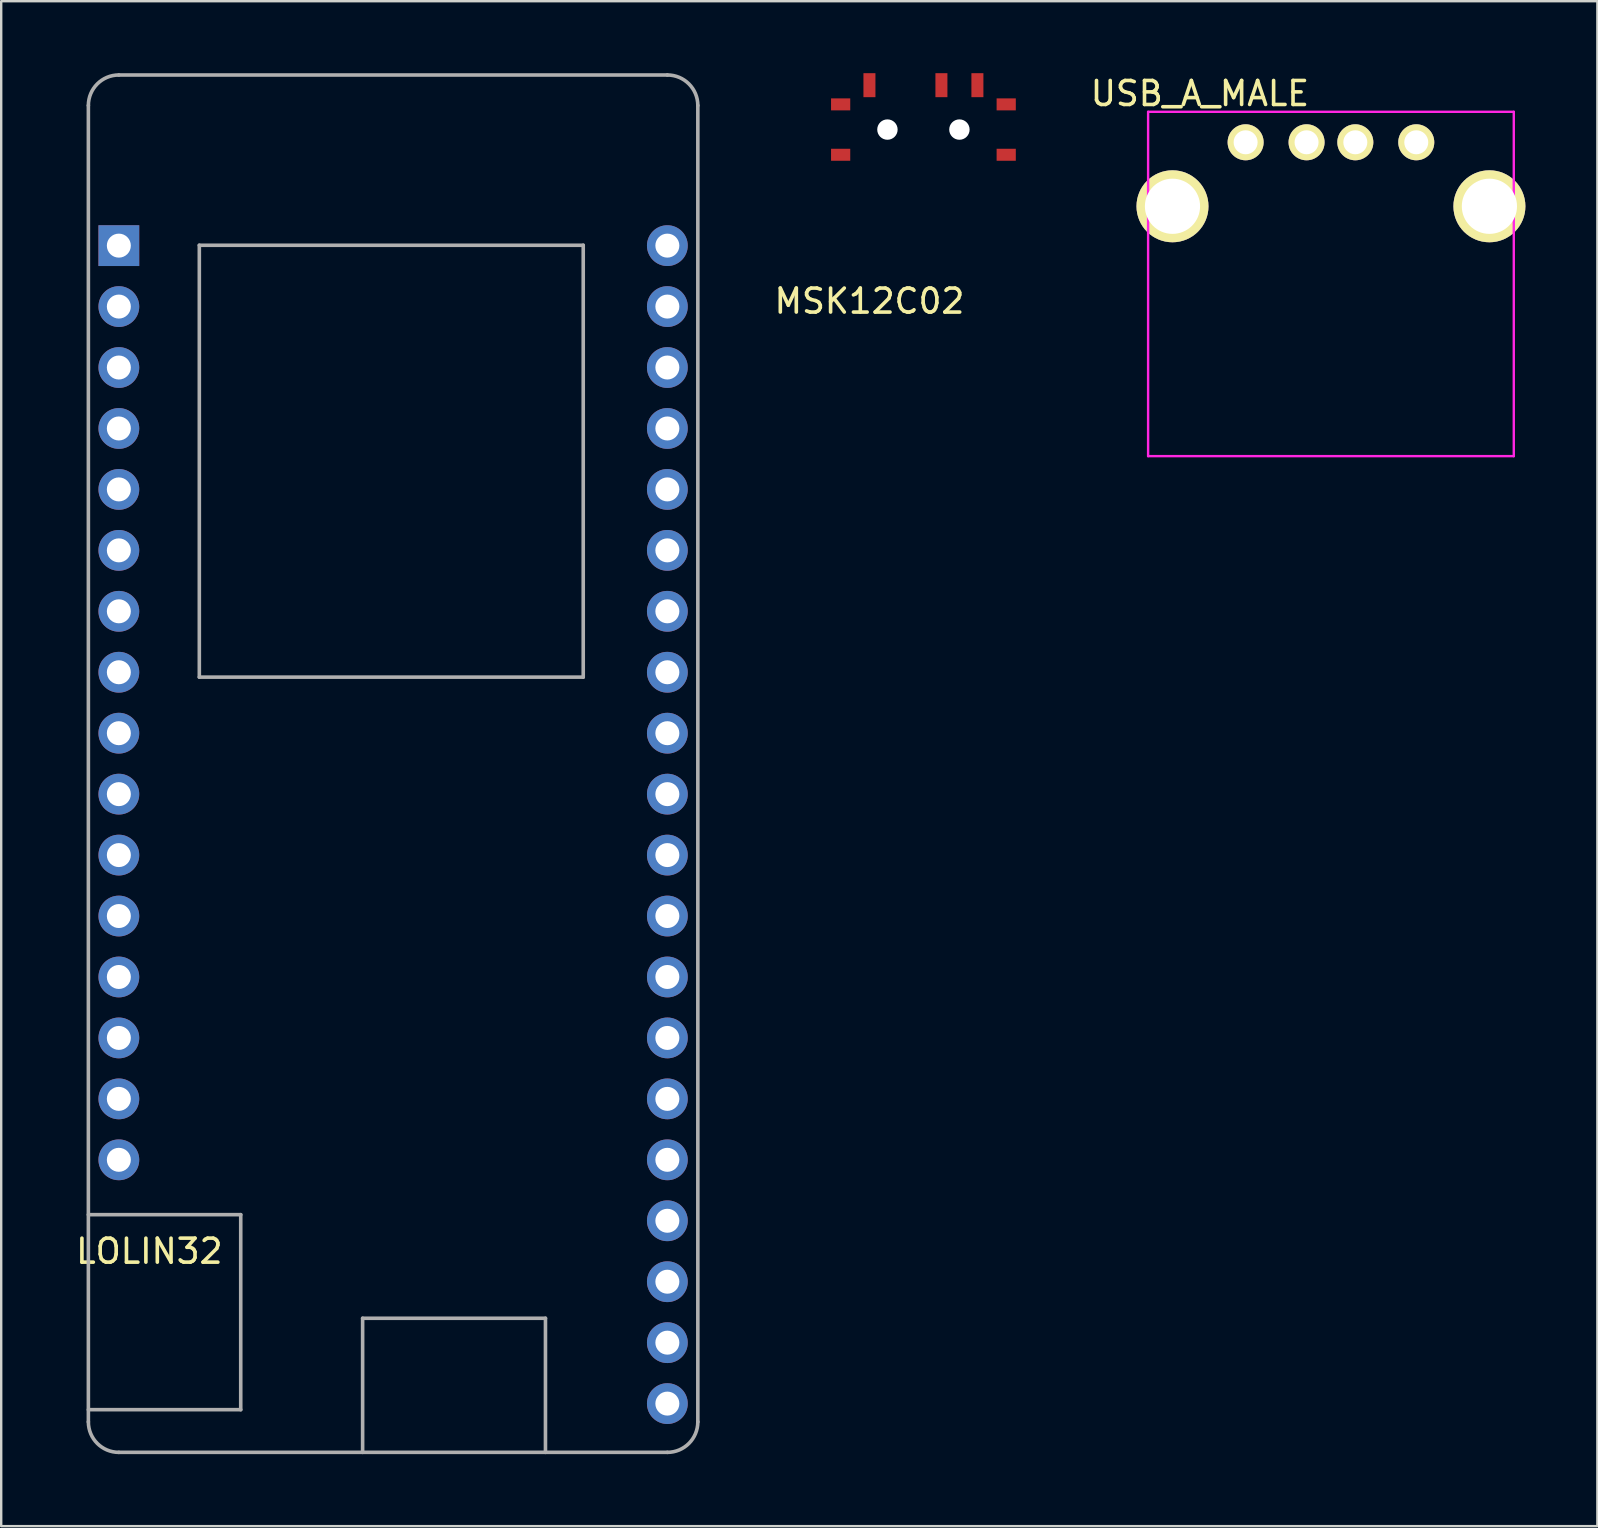
<source format=kicad_pcb>
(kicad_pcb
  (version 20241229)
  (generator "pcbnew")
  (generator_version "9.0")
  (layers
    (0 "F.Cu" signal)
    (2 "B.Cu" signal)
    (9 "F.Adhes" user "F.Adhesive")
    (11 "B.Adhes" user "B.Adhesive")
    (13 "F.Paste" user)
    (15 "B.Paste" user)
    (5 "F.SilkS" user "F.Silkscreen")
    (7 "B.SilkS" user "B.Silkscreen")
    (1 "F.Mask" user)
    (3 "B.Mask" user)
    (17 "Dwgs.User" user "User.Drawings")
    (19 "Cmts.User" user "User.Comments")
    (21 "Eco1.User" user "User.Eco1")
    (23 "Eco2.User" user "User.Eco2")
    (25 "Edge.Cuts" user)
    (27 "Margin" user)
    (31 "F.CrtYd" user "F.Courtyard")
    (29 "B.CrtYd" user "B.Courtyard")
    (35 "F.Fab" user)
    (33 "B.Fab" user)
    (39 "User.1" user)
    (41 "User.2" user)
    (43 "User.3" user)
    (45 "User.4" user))
  (footprint "LOLIN32"
    (layer "F.Cu")
    (at 1.903 7.187)
    (property "Reference" "LOLIN32" (at 1.27 41.91 0) (layer "F.SilkS") (effects (font (size 1 1) (thickness 0.15))))
    (attr through_hole)
    (fp_line (start -1.27 -5.842) (end -1.27 49.022) (stroke (width 0.15) (type solid)) (layer "F.Fab"))
    (fp_line (start -1.27 40.386) (end 5.08 40.386) (stroke (width 0.15) (type solid)) (layer "F.Fab"))
    (fp_line (start 0 -7.112) (end 22.86 -7.112) (stroke (width 0.15) (type solid)) (layer "F.Fab"))
    (fp_line (start 3.354 -0.016) (end 19.354 -0.016) (stroke (width 0.15) (type solid)) (layer "F.Fab"))
    (fp_line (start 3.354 17.984) (end 3.354 -0.016) (stroke (width 0.15) (type solid)) (layer "F.Fab"))
    (fp_line (start 5.08 40.386) (end 5.08 48.514) (stroke (width 0.15) (type solid)) (layer "F.Fab"))
    (fp_line (start 5.08 48.514) (end -1.27 48.514) (stroke (width 0.15) (type solid)) (layer "F.Fab"))
    (fp_line (start 10.16 44.704) (end 17.78 44.704) (stroke (width 0.15) (type solid)) (layer "F.Fab"))
    (fp_line (start 10.16 50.292) (end 10.16 44.704) (stroke (width 0.15) (type solid)) (layer "F.Fab"))
    (fp_line (start 17.78 44.704) (end 17.78 50.292) (stroke (width 0.15) (type solid)) (layer "F.Fab"))
    (fp_line (start 19.354 -0.016) (end 19.354 17.984) (stroke (width 0.15) (type solid)) (layer "F.Fab"))
    (fp_line (start 19.354 17.984) (end 3.354 17.984) (stroke (width 0.15) (type solid)) (layer "F.Fab"))
    (fp_line (start 22.86 50.292) (end 0 50.292) (stroke (width 0.15) (type solid)) (layer "F.Fab"))
    (fp_line (start 24.13 49.022) (end 24.13 -5.842) (stroke (width 0.15) (type solid)) (layer "F.Fab"))
    (fp_arc (start -1.27 -5.842) (mid -0.898026 -6.740026) (end 0 -7.112) (stroke (width 0.15) (type solid)) (layer "F.Fab"))
    (fp_arc (start 0 50.292) (mid -0.898026 49.920026) (end -1.27 49.022) (stroke (width 0.15) (type solid)) (layer "F.Fab"))
    (fp_arc (start 22.86 -7.112) (mid 23.758026 -6.740026) (end 24.13 -5.842) (stroke (width 0.15) (type solid)) (layer "F.Fab"))
    (fp_arc (start 24.13 49.022) (mid 23.758026 49.920026) (end 22.86 50.292) (stroke (width 0.15) (type solid)) (layer "F.Fab"))
    (pad "1" thru_hole rect (at 0 0) (size 1.7 1.7) (drill 1) (layers "*.Cu" "*.Mask"))
    (pad "2" thru_hole circle (at 0 2.54) (size 1.7 1.7) (drill 1) (layers "*.Cu" "*.Mask"))
    (pad "3" thru_hole circle (at 0 5.08) (size 1.7 1.7) (drill 1) (layers "*.Cu" "*.Mask"))
    (pad "4" thru_hole circle (at 0 7.62) (size 1.7 1.7) (drill 1) (layers "*.Cu" "*.Mask"))
    (pad "5" thru_hole circle (at 0 10.16) (size 1.7 1.7) (drill 1) (layers "*.Cu" "*.Mask"))
    (pad "6" thru_hole circle (at 0 12.7) (size 1.7 1.7) (drill 1) (layers "*.Cu" "*.Mask"))
    (pad "7" thru_hole circle (at 0 15.24) (size 1.7 1.7) (drill 1) (layers "*.Cu" "*.Mask"))
    (pad "8" thru_hole circle (at 0 17.78) (size 1.7 1.7) (drill 1) (layers "*.Cu" "*.Mask"))
    (pad "9" thru_hole circle (at 0 20.32) (size 1.7 1.7) (drill 1) (layers "*.Cu" "*.Mask"))
    (pad "10" thru_hole circle (at 0 22.86) (size 1.7 1.7) (drill 1) (layers "*.Cu" "*.Mask"))
    (pad "11" thru_hole circle (at 0 25.4) (size 1.7 1.7) (drill 1) (layers "*.Cu" "*.Mask"))
    (pad "12" thru_hole circle (at 0 27.94) (size 1.7 1.7) (drill 1) (layers "*.Cu" "*.Mask"))
    (pad "13" thru_hole circle (at 0 30.48) (size 1.7 1.7) (drill 1) (layers "*.Cu" "*.Mask"))
    (pad "14" thru_hole circle (at 0 33.02) (size 1.7 1.7) (drill 1) (layers "*.Cu" "*.Mask"))
    (pad "15" thru_hole circle (at 0 35.56) (size 1.7 1.7) (drill 1) (layers "*.Cu" "*.Mask"))
    (pad "16" thru_hole circle (at 0 38.1) (size 1.7 1.7) (drill 1) (layers "*.Cu" "*.Mask"))
    (pad "17" thru_hole circle (at 22.86 0) (size 1.7 1.7) (drill 1) (layers "*.Cu" "*.Mask"))
    (pad "18" thru_hole circle (at 22.86 2.54) (size 1.7 1.7) (drill 1) (layers "*.Cu" "*.Mask"))
    (pad "19" thru_hole circle (at 22.86 5.08) (size 1.7 1.7) (drill 1) (layers "*.Cu" "*.Mask"))
    (pad "20" thru_hole circle (at 22.86 7.62) (size 1.7 1.7) (drill 1) (layers "*.Cu" "*.Mask"))
    (pad "21" thru_hole circle (at 22.86 10.16) (size 1.7 1.7) (drill 1) (layers "*.Cu" "*.Mask"))
    (pad "22" thru_hole circle (at 22.86 12.7) (size 1.7 1.7) (drill 1) (layers "*.Cu" "*.Mask"))
    (pad "23" thru_hole circle (at 22.86 15.24) (size 1.7 1.7) (drill 1) (layers "*.Cu" "*.Mask"))
    (pad "24" thru_hole circle (at 22.86 17.78) (size 1.7 1.7) (drill 1) (layers "*.Cu" "*.Mask"))
    (pad "25" thru_hole circle (at 22.86 20.32) (size 1.7 1.7) (drill 1) (layers "*.Cu" "*.Mask"))
    (pad "26" thru_hole circle (at 22.86 22.86) (size 1.7 1.7) (drill 1) (layers "*.Cu" "*.Mask"))
    (pad "27" thru_hole circle (at 22.86 25.4) (size 1.7 1.7) (drill 1) (layers "*.Cu" "*.Mask"))
    (pad "28" thru_hole circle (at 22.86 27.94) (size 1.7 1.7) (drill 1) (layers "*.Cu" "*.Mask"))
    (pad "29" thru_hole circle (at 22.86 30.48) (size 1.7 1.7) (drill 1) (layers "*.Cu" "*.Mask"))
    (pad "30" thru_hole circle (at 22.86 33.02) (size 1.7 1.7) (drill 1) (layers "*.Cu" "*.Mask"))
    (pad "31" thru_hole circle (at 22.86 35.56) (size 1.7 1.7) (drill 1) (layers "*.Cu" "*.Mask"))
    (pad "32" thru_hole circle (at 22.86 38.1) (size 1.7 1.7) (drill 1) (layers "*.Cu" "*.Mask"))
    (pad "33" thru_hole circle (at 22.86 40.64) (size 1.7 1.7) (drill 1) (layers "*.Cu" "*.Mask"))
    (pad "34" thru_hole circle (at 22.86 43.18) (size 1.7 1.7) (drill 1) (layers "*.Cu" "*.Mask"))
    (pad "35" thru_hole circle (at 22.86 45.72) (size 1.7 1.7) (drill 1) (layers "*.Cu" "*.Mask"))
    (pad "36" thru_hole circle (at 22.86 48.26) (size 1.7 1.7) (drill 1) (layers "*.Cu" "*.Mask")))
  (footprint "MSK12C02"
    (layer "F.Cu")
    (at 33.185 0.5)
    (property "Reference" "MSK12C02" (at 0 9 0) (layer "F.SilkS") (effects (font (size 1 1) (thickness 0.15))))
    (attr through_hole)
    (pad "" smd rect (at -1.2 0.8) (size 0.8 0.5) (layers "F.Cu" "F.Mask" "F.Paste"))
    (pad "" smd rect (at -1.2 2.9) (size 0.8 0.5) (layers "F.Cu" "F.Mask" "F.Paste"))
    (pad "" np_thru_hole circle (at 0.75 1.85) (size 0.85 0.85) (drill 0.85) (layers "*.Cu" "*.Mask"))
    (pad "" np_thru_hole circle (at 3.75 1.85) (size 0.85 0.85) (drill 0.85) (layers "*.Cu" "*.Mask"))
    (pad "" smd rect (at 5.7 0.8) (size 0.8 0.5) (layers "F.Cu" "F.Mask" "F.Paste"))
    (pad "" smd rect (at 5.7 2.9) (size 0.8 0.5) (layers "F.Cu" "F.Mask" "F.Paste"))
    (pad "1" smd rect (at 0 0) (size 0.5 1) (layers "F.Cu" "F.Mask" "F.Paste"))
    (pad "2" smd rect (at 3 0) (size 0.5 1) (layers "F.Cu" "F.Mask" "F.Paste"))
    (pad "3" smd rect (at 4.5 0) (size 0.5 1) (layers "F.Cu" "F.Mask" "F.Paste")))
  (footprint "USB_A_MALE"
    (layer "F.Cu")
    (at 48.863 2.88)
    (property "Reference" "USB_A_MALE" (at -1.905 -2.032 0) (layer "F.SilkS") (effects (font (size 1 1) (thickness 0.15))))
    (attr through_hole)
    (fp_line (start -4.064 -1.27) (end -4.064 13.081) (stroke (width 0.1) (type solid)) (layer "F.CrtYd"))
    (fp_line (start -4.064 13.081) (end 11.176 13.081) (stroke (width 0.1) (type solid)) (layer "F.CrtYd"))
    (fp_line (start 11.176 -1.27) (end -4.064 -1.27) (stroke (width 0.1) (type solid)) (layer "F.CrtYd"))
    (fp_line (start 11.176 13.081) (end 11.176 -1.27) (stroke (width 0.1) (type solid)) (layer "F.CrtYd"))
    (pad "1" thru_hole circle (at 0 0 270) (size 1.5 1.5) (drill 1) (layers "*.Cu" "*.Mask" "F.SilkS"))
    (pad "2" thru_hole circle (at 2.54 0 270) (size 1.5 1.5) (drill 1) (layers "*.Cu" "*.Mask" "F.SilkS"))
    (pad "3" thru_hole circle (at 4.572 0 270) (size 1.5 1.5) (drill 1) (layers "*.Cu" "*.Mask" "F.SilkS"))
    (pad "4" thru_hole circle (at 7.112 0 270) (size 1.5 1.5) (drill 1) (layers "*.Cu" "*.Mask" "F.SilkS"))
    (pad "5" thru_hole circle (at -3.048 2.667 270) (size 3 3) (drill 2.3) (layers "*.Cu" "*.Mask" "F.SilkS"))
    (pad "5" thru_hole circle (at 10.16 2.667 270) (size 3 3) (drill 2.3) (layers "*.Cu" "*.Mask" "F.SilkS")))
  (gr_rect
    (start -3 -3)
    (end 63.523 60.554)
    (stroke (width 0.1) (type default))
    (fill no)
    (layer "Edge.Cuts")))
</source>
